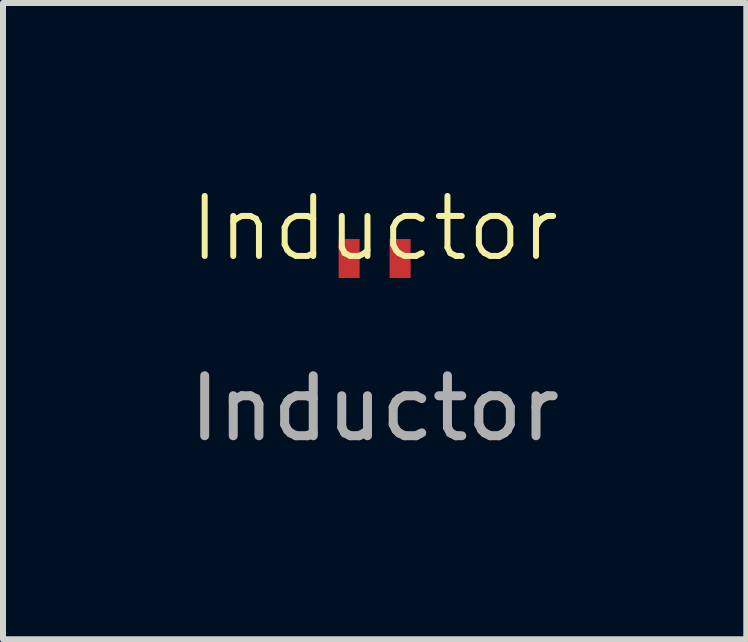
<source format=kicad_pcb>
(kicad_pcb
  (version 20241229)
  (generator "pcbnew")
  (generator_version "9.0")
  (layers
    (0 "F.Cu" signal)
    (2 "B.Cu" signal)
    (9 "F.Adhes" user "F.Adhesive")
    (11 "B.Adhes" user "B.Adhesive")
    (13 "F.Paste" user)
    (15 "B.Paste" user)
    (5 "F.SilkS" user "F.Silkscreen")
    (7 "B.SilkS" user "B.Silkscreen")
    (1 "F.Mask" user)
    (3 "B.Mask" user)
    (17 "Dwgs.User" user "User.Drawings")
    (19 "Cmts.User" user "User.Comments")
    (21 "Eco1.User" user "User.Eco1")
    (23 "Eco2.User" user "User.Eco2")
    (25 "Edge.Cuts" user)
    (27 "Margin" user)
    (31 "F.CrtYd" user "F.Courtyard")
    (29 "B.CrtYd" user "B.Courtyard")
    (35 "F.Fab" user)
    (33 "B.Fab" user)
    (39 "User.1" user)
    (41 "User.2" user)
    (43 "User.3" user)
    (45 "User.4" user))
  (footprint "Inductor"
    (layer "F.Cu")
    (at 3.196 1.26)
    (property "Reference" "Inductor" (at 0 -0.5 0) (unlocked yes) (layer "F.SilkS") (effects (font (size 1 1) (thickness 0.1))))
    (attr smd)
    (fp_text user "${REFERENCE}" (at 0 2.5 0) (unlocked yes) (layer "F.Fab") (effects (font (size 1 1) (thickness 0.15))))
    (pad "1" smd rect (at -0.425 0 270) (size 0.65 0.35) (layers "F.Cu" "F.Mask" "F.Paste"))
    (pad "2" smd rect (at 0.425 0 270) (size 0.65 0.35) (layers "F.Cu" "F.Mask" "F.Paste")))
  (gr_rect
    (start -3 -3)
    (end 9.393 7.609)
    (stroke (width 0.1) (type default))
    (fill no)
    (layer "Edge.Cuts")))
</source>
